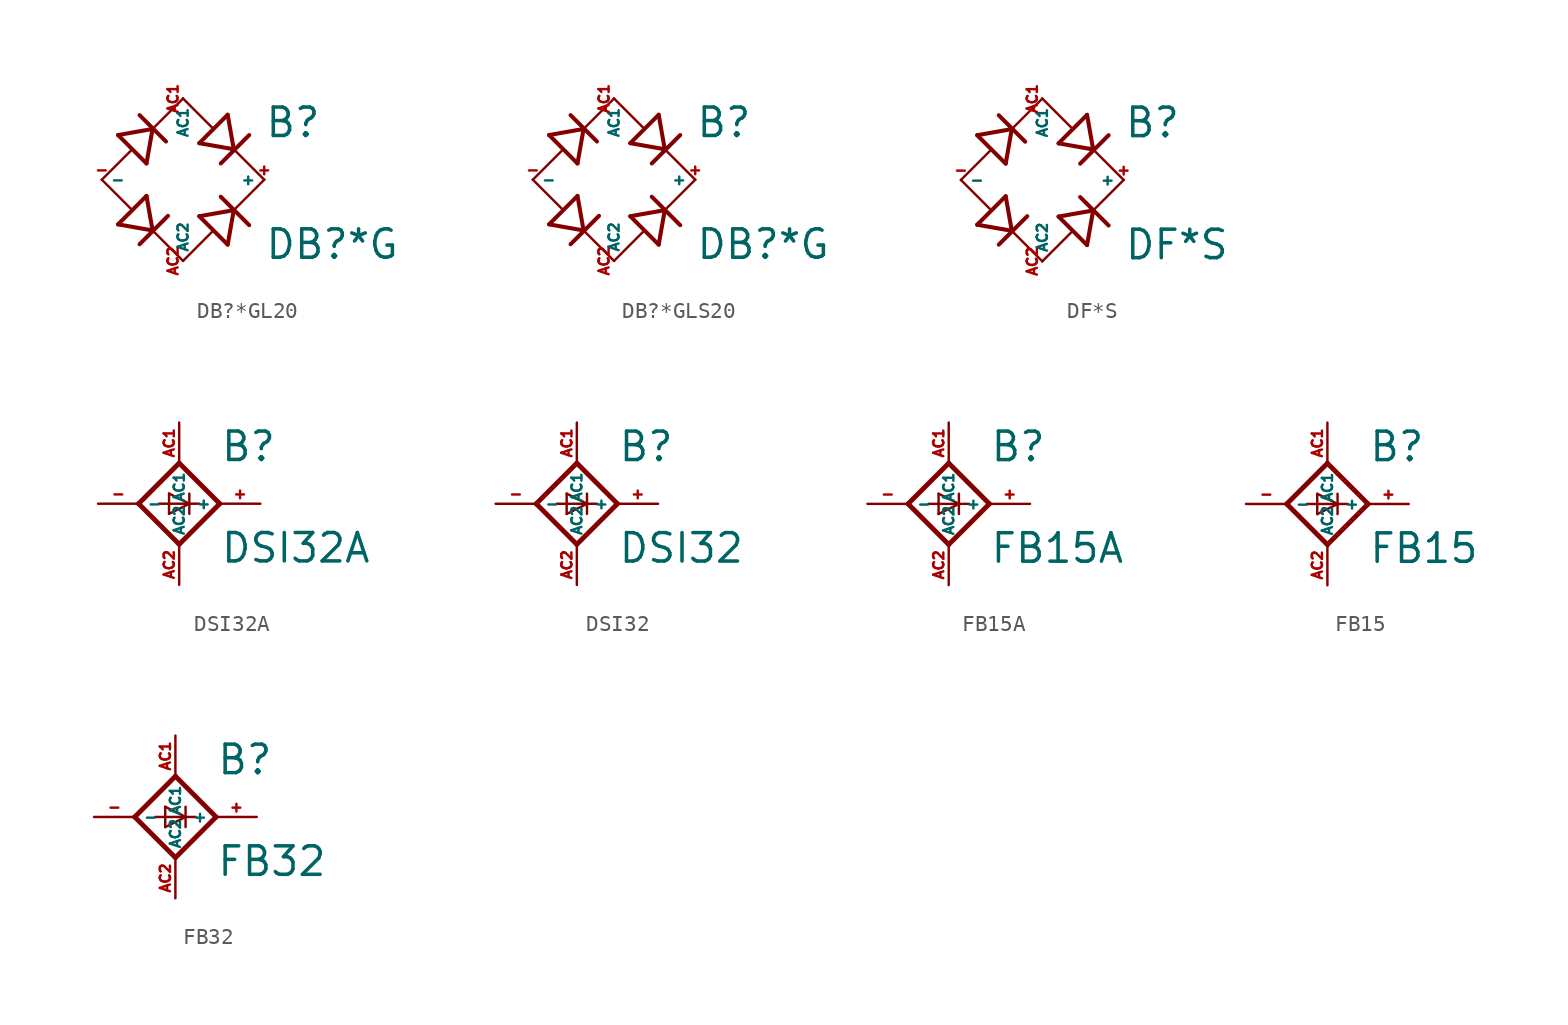
<source format=kicad_sym>
(kicad_symbol_lib
  (version 20220914)
  (generator Eagle2Kicad)
  (symbol "DB?*GL20"
    (property "Reference" "B"
      (at 5.08 2.54 0)
      (effects (font (size 1.778 1.778) (thickness 0.22)) (justify left bottom)))
    (property "Value" "DB?*G"
      (at 5.08 -5.08 0)
      (effects (font (size 1.778 1.778) (thickness 0.22)) (justify left bottom)))
    (polyline
      (pts (xy -1.905 -3.175) (xy -4.064 -2.794))
      (stroke (width 0.254) (type default))
      (fill (type none)))
    (polyline
      (pts (xy -1.905 -3.175) (xy -2.286 -1.016))
      (stroke (width 0.254) (type default))
      (fill (type none)))
    (polyline
      (pts (xy -2.718 -4.039) (xy -0.94 -2.261))
      (stroke (width 0.254) (type default))
      (fill (type none)))
    (polyline
      (pts (xy -1.905 3.175) (xy -4.064 2.794))
      (stroke (width 0.254) (type default))
      (fill (type none)))
    (polyline
      (pts (xy -1.905 3.175) (xy -2.286 1.016))
      (stroke (width 0.254) (type default))
      (fill (type none)))
    (polyline
      (pts (xy -2.718 4.039) (xy -1.067 2.388))
      (stroke (width 0.254) (type default))
      (fill (type none)))
    (polyline
      (pts (xy 3.175 1.905) (xy 2.794 4.064))
      (stroke (width 0.254) (type default))
      (fill (type none)))
    (polyline
      (pts (xy 3.175 1.905) (xy 1.016 2.286))
      (stroke (width 0.254) (type default))
      (fill (type none)))
    (polyline
      (pts (xy 2.362 1.016) (xy 4.14 2.794))
      (stroke (width 0.254) (type default))
      (fill (type none)))
    (polyline
      (pts (xy 3.175 -1.905) (xy 2.794 -4.064))
      (stroke (width 0.254) (type default))
      (fill (type none)))
    (polyline
      (pts (xy 3.175 -1.905) (xy 1.016 -2.286))
      (stroke (width 0.254) (type default))
      (fill (type none)))
    (polyline
      (pts (xy 2.362 -1.067) (xy 4.14 -2.845))
      (stroke (width 0.254) (type default))
      (fill (type none)))
    (polyline
      (pts (xy 5.08 0) (xy 3.175 -1.905))
      (stroke (width 0.152) (type default))
      (fill (type none)))
    (polyline
      (pts (xy 0 -5.08) (xy -1.905 -3.175))
      (stroke (width 0.152) (type default))
      (fill (type none)))
    (polyline
      (pts (xy -3.277 -1.803) (xy -5.08 0))
      (stroke (width 0.152) (type default))
      (fill (type none)))
    (polyline
      (pts (xy -4.064 -2.794) (xy -2.286 -1.016))
      (stroke (width 0.254) (type default))
      (fill (type none)))
    (polyline
      (pts (xy -5.08 0) (xy -3.277 1.803))
      (stroke (width 0.152) (type default))
      (fill (type none)))
    (polyline
      (pts (xy -4.064 2.794) (xy -2.286 1.016))
      (stroke (width 0.254) (type default))
      (fill (type none)))
    (polyline
      (pts (xy -1.905 3.175) (xy 0 5.08))
      (stroke (width 0.152) (type default))
      (fill (type none)))
    (polyline
      (pts (xy 0 5.08) (xy 1.803 3.277))
      (stroke (width 0.152) (type default))
      (fill (type none)))
    (polyline
      (pts (xy 1.016 2.286) (xy 2.794 4.064))
      (stroke (width 0.254) (type default))
      (fill (type none)))
    (polyline
      (pts (xy 3.175 1.905) (xy 5.08 0))
      (stroke (width 0.152) (type default))
      (fill (type none)))
    (polyline
      (pts (xy 0 -5.08) (xy 1.803 -3.277))
      (stroke (width 0.152) (type default))
      (fill (type none)))
    (polyline
      (pts (xy 1.016 -2.286) (xy 2.794 -4.064))
      (stroke (width 0.254) (type default))
      (fill (type none)))
    (pin passive line
      (at 0 5.08 270)
      (length 0)
      (name "AC1" (effects (font (size 0.635 0.635) (thickness 0.08)) (justify left bottom)))
      (number "AC1" (effects (font (size 0.635 0.635) (thickness 0.08)) (justify left bottom))))
    (pin passive line
      (at 5.08 0 180)
      (length 0)
      (name "+" (effects (font (size 0.635 0.635) (thickness 0.08)) (justify left bottom)))
      (number "+" (effects (font (size 0.635 0.635) (thickness 0.08)) (justify left bottom))))
    (pin passive line
      (at 0 -5.08 90)
      (length 0)
      (name "AC2" (effects (font (size 0.635 0.635) (thickness 0.08)) (justify left bottom)))
      (number "AC2" (effects (font (size 0.635 0.635) (thickness 0.08)) (justify left bottom))))
    (pin passive line
      (at -5.08 0 0)
      (length 0)
      (name "-" (effects (font (size 0.635 0.635) (thickness 0.08)) (justify left bottom)))
      (number "-" (effects (font (size 0.635 0.635) (thickness 0.08)) (justify left bottom)))))
  (symbol "DB?*GLS20"
    (property "Reference" "B"
      (at 5.08 2.54 0)
      (effects (font (size 1.778 1.778) (thickness 0.22)) (justify left bottom)))
    (property "Value" "DB?*G"
      (at 5.08 -5.08 0)
      (effects (font (size 1.778 1.778) (thickness 0.22)) (justify left bottom)))
    (polyline
      (pts (xy -1.905 -3.175) (xy -4.064 -2.794))
      (stroke (width 0.254) (type default))
      (fill (type none)))
    (polyline
      (pts (xy -1.905 -3.175) (xy -2.286 -1.016))
      (stroke (width 0.254) (type default))
      (fill (type none)))
    (polyline
      (pts (xy -2.718 -4.039) (xy -0.94 -2.261))
      (stroke (width 0.254) (type default))
      (fill (type none)))
    (polyline
      (pts (xy -1.905 3.175) (xy -4.064 2.794))
      (stroke (width 0.254) (type default))
      (fill (type none)))
    (polyline
      (pts (xy -1.905 3.175) (xy -2.286 1.016))
      (stroke (width 0.254) (type default))
      (fill (type none)))
    (polyline
      (pts (xy -2.718 4.039) (xy -1.067 2.388))
      (stroke (width 0.254) (type default))
      (fill (type none)))
    (polyline
      (pts (xy 3.175 1.905) (xy 2.794 4.064))
      (stroke (width 0.254) (type default))
      (fill (type none)))
    (polyline
      (pts (xy 3.175 1.905) (xy 1.016 2.286))
      (stroke (width 0.254) (type default))
      (fill (type none)))
    (polyline
      (pts (xy 2.362 1.016) (xy 4.14 2.794))
      (stroke (width 0.254) (type default))
      (fill (type none)))
    (polyline
      (pts (xy 3.175 -1.905) (xy 2.794 -4.064))
      (stroke (width 0.254) (type default))
      (fill (type none)))
    (polyline
      (pts (xy 3.175 -1.905) (xy 1.016 -2.286))
      (stroke (width 0.254) (type default))
      (fill (type none)))
    (polyline
      (pts (xy 2.362 -1.067) (xy 4.14 -2.845))
      (stroke (width 0.254) (type default))
      (fill (type none)))
    (polyline
      (pts (xy 5.08 0) (xy 3.175 -1.905))
      (stroke (width 0.152) (type default))
      (fill (type none)))
    (polyline
      (pts (xy 0 -5.08) (xy -1.905 -3.175))
      (stroke (width 0.152) (type default))
      (fill (type none)))
    (polyline
      (pts (xy -3.277 -1.803) (xy -5.08 0))
      (stroke (width 0.152) (type default))
      (fill (type none)))
    (polyline
      (pts (xy -4.064 -2.794) (xy -2.286 -1.016))
      (stroke (width 0.254) (type default))
      (fill (type none)))
    (polyline
      (pts (xy -5.08 0) (xy -3.277 1.803))
      (stroke (width 0.152) (type default))
      (fill (type none)))
    (polyline
      (pts (xy -4.064 2.794) (xy -2.286 1.016))
      (stroke (width 0.254) (type default))
      (fill (type none)))
    (polyline
      (pts (xy -1.905 3.175) (xy 0 5.08))
      (stroke (width 0.152) (type default))
      (fill (type none)))
    (polyline
      (pts (xy 0 5.08) (xy 1.803 3.277))
      (stroke (width 0.152) (type default))
      (fill (type none)))
    (polyline
      (pts (xy 1.016 2.286) (xy 2.794 4.064))
      (stroke (width 0.254) (type default))
      (fill (type none)))
    (polyline
      (pts (xy 3.175 1.905) (xy 5.08 0))
      (stroke (width 0.152) (type default))
      (fill (type none)))
    (polyline
      (pts (xy 0 -5.08) (xy 1.803 -3.277))
      (stroke (width 0.152) (type default))
      (fill (type none)))
    (polyline
      (pts (xy 1.016 -2.286) (xy 2.794 -4.064))
      (stroke (width 0.254) (type default))
      (fill (type none)))
    (pin passive line
      (at 0 5.08 270)
      (length 0)
      (name "AC1" (effects (font (size 0.635 0.635) (thickness 0.08)) (justify left bottom)))
      (number "AC1" (effects (font (size 0.635 0.635) (thickness 0.08)) (justify left bottom))))
    (pin passive line
      (at 5.08 0 180)
      (length 0)
      (name "+" (effects (font (size 0.635 0.635) (thickness 0.08)) (justify left bottom)))
      (number "+" (effects (font (size 0.635 0.635) (thickness 0.08)) (justify left bottom))))
    (pin passive line
      (at 0 -5.08 90)
      (length 0)
      (name "AC2" (effects (font (size 0.635 0.635) (thickness 0.08)) (justify left bottom)))
      (number "AC2" (effects (font (size 0.635 0.635) (thickness 0.08)) (justify left bottom))))
    (pin passive line
      (at -5.08 0 0)
      (length 0)
      (name "-" (effects (font (size 0.635 0.635) (thickness 0.08)) (justify left bottom)))
      (number "-" (effects (font (size 0.635 0.635) (thickness 0.08)) (justify left bottom)))))
  (symbol "DF*S"
    (property "Reference" "B"
      (at 5.08 2.54 0)
      (effects (font (size 1.778 1.778) (thickness 0.22)) (justify left bottom)))
    (property "Value" "DF*S"
      (at 5.08 -5.08 0)
      (effects (font (size 1.778 1.778) (thickness 0.22)) (justify left bottom)))
    (polyline
      (pts (xy -1.905 -3.175) (xy -4.064 -2.794))
      (stroke (width 0.254) (type default))
      (fill (type none)))
    (polyline
      (pts (xy -1.905 -3.175) (xy -2.286 -1.016))
      (stroke (width 0.254) (type default))
      (fill (type none)))
    (polyline
      (pts (xy -2.718 -4.039) (xy -0.94 -2.261))
      (stroke (width 0.254) (type default))
      (fill (type none)))
    (polyline
      (pts (xy -1.905 3.175) (xy -4.064 2.794))
      (stroke (width 0.254) (type default))
      (fill (type none)))
    (polyline
      (pts (xy -1.905 3.175) (xy -2.286 1.016))
      (stroke (width 0.254) (type default))
      (fill (type none)))
    (polyline
      (pts (xy -2.718 4.039) (xy -1.067 2.388))
      (stroke (width 0.254) (type default))
      (fill (type none)))
    (polyline
      (pts (xy 3.175 1.905) (xy 2.794 4.064))
      (stroke (width 0.254) (type default))
      (fill (type none)))
    (polyline
      (pts (xy 3.175 1.905) (xy 1.016 2.286))
      (stroke (width 0.254) (type default))
      (fill (type none)))
    (polyline
      (pts (xy 2.362 1.016) (xy 4.14 2.794))
      (stroke (width 0.254) (type default))
      (fill (type none)))
    (polyline
      (pts (xy 3.175 -1.905) (xy 2.794 -4.064))
      (stroke (width 0.254) (type default))
      (fill (type none)))
    (polyline
      (pts (xy 3.175 -1.905) (xy 1.016 -2.286))
      (stroke (width 0.254) (type default))
      (fill (type none)))
    (polyline
      (pts (xy 2.362 -1.067) (xy 4.14 -2.845))
      (stroke (width 0.254) (type default))
      (fill (type none)))
    (polyline
      (pts (xy 5.08 0) (xy 3.175 -1.905))
      (stroke (width 0.152) (type default))
      (fill (type none)))
    (polyline
      (pts (xy 0 -5.08) (xy -1.905 -3.175))
      (stroke (width 0.152) (type default))
      (fill (type none)))
    (polyline
      (pts (xy -3.277 -1.803) (xy -5.08 0))
      (stroke (width 0.152) (type default))
      (fill (type none)))
    (polyline
      (pts (xy -4.064 -2.794) (xy -2.286 -1.016))
      (stroke (width 0.254) (type default))
      (fill (type none)))
    (polyline
      (pts (xy -5.08 0) (xy -3.277 1.803))
      (stroke (width 0.152) (type default))
      (fill (type none)))
    (polyline
      (pts (xy -4.064 2.794) (xy -2.286 1.016))
      (stroke (width 0.254) (type default))
      (fill (type none)))
    (polyline
      (pts (xy -1.905 3.175) (xy 0 5.08))
      (stroke (width 0.152) (type default))
      (fill (type none)))
    (polyline
      (pts (xy 0 5.08) (xy 1.803 3.277))
      (stroke (width 0.152) (type default))
      (fill (type none)))
    (polyline
      (pts (xy 1.016 2.286) (xy 2.794 4.064))
      (stroke (width 0.254) (type default))
      (fill (type none)))
    (polyline
      (pts (xy 3.175 1.905) (xy 5.08 0))
      (stroke (width 0.152) (type default))
      (fill (type none)))
    (polyline
      (pts (xy 0 -5.08) (xy 1.803 -3.277))
      (stroke (width 0.152) (type default))
      (fill (type none)))
    (polyline
      (pts (xy 1.016 -2.286) (xy 2.794 -4.064))
      (stroke (width 0.254) (type default))
      (fill (type none)))
    (pin passive line
      (at 0 5.08 270)
      (length 0)
      (name "AC1" (effects (font (size 0.635 0.635) (thickness 0.08)) (justify left bottom)))
      (number "AC1" (effects (font (size 0.635 0.635) (thickness 0.08)) (justify left bottom))))
    (pin passive line
      (at 5.08 0 180)
      (length 0)
      (name "+" (effects (font (size 0.635 0.635) (thickness 0.08)) (justify left bottom)))
      (number "+" (effects (font (size 0.635 0.635) (thickness 0.08)) (justify left bottom))))
    (pin passive line
      (at 0 -5.08 90)
      (length 0)
      (name "AC2" (effects (font (size 0.635 0.635) (thickness 0.08)) (justify left bottom)))
      (number "AC2" (effects (font (size 0.635 0.635) (thickness 0.08)) (justify left bottom))))
    (pin passive line
      (at -5.08 0 0)
      (length 0)
      (name "-" (effects (font (size 0.635 0.635) (thickness 0.08)) (justify left bottom)))
      (number "-" (effects (font (size 0.635 0.635) (thickness 0.08)) (justify left bottom)))))
  (symbol "DSI32A"
    (property "Reference" "B"
      (at 2.54 2.54 0)
      (effects (font (size 1.778 1.778) (thickness 0.22)) (justify left bottom)))
    (property "Value" "DSI32A"
      (at 2.54 -3.81 0)
      (effects (font (size 1.778 1.778) (thickness 0.22)) (justify left bottom)))
    (polyline
      (pts (xy 0 -2.54) (xy 2.54 0))
      (stroke (width 0.305) (type default))
      (fill (type none)))
    (polyline
      (pts (xy 0 2.54) (xy -2.54 0))
      (stroke (width 0.305) (type default))
      (fill (type none)))
    (polyline
      (pts (xy -2.54 0) (xy 0 -2.54))
      (stroke (width 0.305) (type default))
      (fill (type none)))
    (polyline
      (pts (xy 2.54 0) (xy 0 2.54))
      (stroke (width 0.305) (type default))
      (fill (type none)))
    (polyline
      (pts (xy -1.27 0) (xy 0.635 0))
      (stroke (width 0.152) (type default))
      (fill (type none)))
    (polyline
      (pts (xy -0.635 0.635) (xy -0.635 -0.635))
      (stroke (width 0.152) (type default))
      (fill (type none)))
    (polyline
      (pts (xy -0.635 0.635) (xy 0.635 0))
      (stroke (width 0.152) (type default))
      (fill (type none)))
    (polyline
      (pts (xy 0.635 0) (xy 1.27 0))
      (stroke (width 0.152) (type default))
      (fill (type none)))
    (polyline
      (pts (xy 0.635 0) (xy -0.635 -0.635))
      (stroke (width 0.152) (type default))
      (fill (type none)))
    (polyline
      (pts (xy 0.635 0.635) (xy 0.635 -0.635))
      (stroke (width 0.152) (type default))
      (fill (type none)))
    (pin passive line
      (at 0 5.08 270)
      (length 2.54)
      (name "AC1" (effects (font (size 0.635 0.635) (thickness 0.08)) (justify left bottom)))
      (number "AC1" (effects (font (size 0.635 0.635) (thickness 0.08)) (justify left bottom))))
    (pin passive line
      (at 0 -5.08 90)
      (length 2.54)
      (name "AC2" (effects (font (size 0.635 0.635) (thickness 0.08)) (justify left bottom)))
      (number "AC2" (effects (font (size 0.635 0.635) (thickness 0.08)) (justify left bottom))))
    (pin passive line
      (at -5.08 0 0)
      (length 2.54)
      (name "-" (effects (font (size 0.635 0.635) (thickness 0.08)) (justify left bottom)))
      (number "-" (effects (font (size 0.635 0.635) (thickness 0.08)) (justify left bottom))))
    (pin passive line
      (at 5.08 0 180)
      (length 2.54)
      (name "+" (effects (font (size 0.635 0.635) (thickness 0.08)) (justify left bottom)))
      (number "+" (effects (font (size 0.635 0.635) (thickness 0.08)) (justify left bottom)))))
  (symbol "DSI32"
    (property "Reference" "B"
      (at 2.54 2.54 0)
      (effects (font (size 1.778 1.778) (thickness 0.22)) (justify left bottom)))
    (property "Value" "DSI32"
      (at 2.54 -3.81 0)
      (effects (font (size 1.778 1.778) (thickness 0.22)) (justify left bottom)))
    (polyline
      (pts (xy 0 -2.54) (xy 2.54 0))
      (stroke (width 0.305) (type default))
      (fill (type none)))
    (polyline
      (pts (xy 0 2.54) (xy -2.54 0))
      (stroke (width 0.305) (type default))
      (fill (type none)))
    (polyline
      (pts (xy -2.54 0) (xy 0 -2.54))
      (stroke (width 0.305) (type default))
      (fill (type none)))
    (polyline
      (pts (xy 2.54 0) (xy 0 2.54))
      (stroke (width 0.305) (type default))
      (fill (type none)))
    (polyline
      (pts (xy -1.27 0) (xy 0.635 0))
      (stroke (width 0.152) (type default))
      (fill (type none)))
    (polyline
      (pts (xy -0.635 0.635) (xy -0.635 -0.635))
      (stroke (width 0.152) (type default))
      (fill (type none)))
    (polyline
      (pts (xy -0.635 0.635) (xy 0.635 0))
      (stroke (width 0.152) (type default))
      (fill (type none)))
    (polyline
      (pts (xy 0.635 0) (xy 1.27 0))
      (stroke (width 0.152) (type default))
      (fill (type none)))
    (polyline
      (pts (xy 0.635 0) (xy -0.635 -0.635))
      (stroke (width 0.152) (type default))
      (fill (type none)))
    (polyline
      (pts (xy 0.635 0.635) (xy 0.635 -0.635))
      (stroke (width 0.152) (type default))
      (fill (type none)))
    (pin passive line
      (at 0 5.08 270)
      (length 2.54)
      (name "AC1" (effects (font (size 0.635 0.635) (thickness 0.08)) (justify left bottom)))
      (number "AC1" (effects (font (size 0.635 0.635) (thickness 0.08)) (justify left bottom))))
    (pin passive line
      (at 0 -5.08 90)
      (length 2.54)
      (name "AC2" (effects (font (size 0.635 0.635) (thickness 0.08)) (justify left bottom)))
      (number "AC2" (effects (font (size 0.635 0.635) (thickness 0.08)) (justify left bottom))))
    (pin passive line
      (at -5.08 0 0)
      (length 2.54)
      (name "-" (effects (font (size 0.635 0.635) (thickness 0.08)) (justify left bottom)))
      (number "-" (effects (font (size 0.635 0.635) (thickness 0.08)) (justify left bottom))))
    (pin passive line
      (at 5.08 0 180)
      (length 2.54)
      (name "+" (effects (font (size 0.635 0.635) (thickness 0.08)) (justify left bottom)))
      (number "+" (effects (font (size 0.635 0.635) (thickness 0.08)) (justify left bottom)))))
  (symbol "FB15A"
    (property "Reference" "B"
      (at 2.54 2.54 0)
      (effects (font (size 1.778 1.778) (thickness 0.22)) (justify left bottom)))
    (property "Value" "FB15A"
      (at 2.54 -3.81 0)
      (effects (font (size 1.778 1.778) (thickness 0.22)) (justify left bottom)))
    (polyline
      (pts (xy 0 -2.54) (xy 2.54 0))
      (stroke (width 0.305) (type default))
      (fill (type none)))
    (polyline
      (pts (xy 0 2.54) (xy -2.54 0))
      (stroke (width 0.305) (type default))
      (fill (type none)))
    (polyline
      (pts (xy -2.54 0) (xy 0 -2.54))
      (stroke (width 0.305) (type default))
      (fill (type none)))
    (polyline
      (pts (xy 2.54 0) (xy 0 2.54))
      (stroke (width 0.305) (type default))
      (fill (type none)))
    (polyline
      (pts (xy -1.27 0) (xy 0.635 0))
      (stroke (width 0.152) (type default))
      (fill (type none)))
    (polyline
      (pts (xy -0.635 0.635) (xy -0.635 -0.635))
      (stroke (width 0.152) (type default))
      (fill (type none)))
    (polyline
      (pts (xy -0.635 0.635) (xy 0.635 0))
      (stroke (width 0.152) (type default))
      (fill (type none)))
    (polyline
      (pts (xy 0.635 0) (xy 1.27 0))
      (stroke (width 0.152) (type default))
      (fill (type none)))
    (polyline
      (pts (xy 0.635 0) (xy -0.635 -0.635))
      (stroke (width 0.152) (type default))
      (fill (type none)))
    (polyline
      (pts (xy 0.635 0.635) (xy 0.635 -0.635))
      (stroke (width 0.152) (type default))
      (fill (type none)))
    (pin passive line
      (at 0 5.08 270)
      (length 2.54)
      (name "AC1" (effects (font (size 0.635 0.635) (thickness 0.08)) (justify left bottom)))
      (number "AC1" (effects (font (size 0.635 0.635) (thickness 0.08)) (justify left bottom))))
    (pin passive line
      (at 0 -5.08 90)
      (length 2.54)
      (name "AC2" (effects (font (size 0.635 0.635) (thickness 0.08)) (justify left bottom)))
      (number "AC2" (effects (font (size 0.635 0.635) (thickness 0.08)) (justify left bottom))))
    (pin passive line
      (at -5.08 0 0)
      (length 2.54)
      (name "-" (effects (font (size 0.635 0.635) (thickness 0.08)) (justify left bottom)))
      (number "-" (effects (font (size 0.635 0.635) (thickness 0.08)) (justify left bottom))))
    (pin passive line
      (at 5.08 0 180)
      (length 2.54)
      (name "+" (effects (font (size 0.635 0.635) (thickness 0.08)) (justify left bottom)))
      (number "+" (effects (font (size 0.635 0.635) (thickness 0.08)) (justify left bottom)))))
  (symbol "FB15"
    (property "Reference" "B"
      (at 2.54 2.54 0)
      (effects (font (size 1.778 1.778) (thickness 0.22)) (justify left bottom)))
    (property "Value" "FB15"
      (at 2.54 -3.81 0)
      (effects (font (size 1.778 1.778) (thickness 0.22)) (justify left bottom)))
    (polyline
      (pts (xy 0 -2.54) (xy 2.54 0))
      (stroke (width 0.305) (type default))
      (fill (type none)))
    (polyline
      (pts (xy 0 2.54) (xy -2.54 0))
      (stroke (width 0.305) (type default))
      (fill (type none)))
    (polyline
      (pts (xy -2.54 0) (xy 0 -2.54))
      (stroke (width 0.305) (type default))
      (fill (type none)))
    (polyline
      (pts (xy 2.54 0) (xy 0 2.54))
      (stroke (width 0.305) (type default))
      (fill (type none)))
    (polyline
      (pts (xy -1.27 0) (xy 0.635 0))
      (stroke (width 0.152) (type default))
      (fill (type none)))
    (polyline
      (pts (xy -0.635 0.635) (xy -0.635 -0.635))
      (stroke (width 0.152) (type default))
      (fill (type none)))
    (polyline
      (pts (xy -0.635 0.635) (xy 0.635 0))
      (stroke (width 0.152) (type default))
      (fill (type none)))
    (polyline
      (pts (xy 0.635 0) (xy 1.27 0))
      (stroke (width 0.152) (type default))
      (fill (type none)))
    (polyline
      (pts (xy 0.635 0) (xy -0.635 -0.635))
      (stroke (width 0.152) (type default))
      (fill (type none)))
    (polyline
      (pts (xy 0.635 0.635) (xy 0.635 -0.635))
      (stroke (width 0.152) (type default))
      (fill (type none)))
    (pin passive line
      (at 0 5.08 270)
      (length 2.54)
      (name "AC1" (effects (font (size 0.635 0.635) (thickness 0.08)) (justify left bottom)))
      (number "AC1" (effects (font (size 0.635 0.635) (thickness 0.08)) (justify left bottom))))
    (pin passive line
      (at 0 -5.08 90)
      (length 2.54)
      (name "AC2" (effects (font (size 0.635 0.635) (thickness 0.08)) (justify left bottom)))
      (number "AC2" (effects (font (size 0.635 0.635) (thickness 0.08)) (justify left bottom))))
    (pin passive line
      (at -5.08 0 0)
      (length 2.54)
      (name "-" (effects (font (size 0.635 0.635) (thickness 0.08)) (justify left bottom)))
      (number "-" (effects (font (size 0.635 0.635) (thickness 0.08)) (justify left bottom))))
    (pin passive line
      (at 5.08 0 180)
      (length 2.54)
      (name "+" (effects (font (size 0.635 0.635) (thickness 0.08)) (justify left bottom)))
      (number "+" (effects (font (size 0.635 0.635) (thickness 0.08)) (justify left bottom)))))
  (symbol "FB32"
    (property "Reference" "B"
      (at 2.54 2.54 0)
      (effects (font (size 1.778 1.778) (thickness 0.22)) (justify left bottom)))
    (property "Value" "FB32"
      (at 2.54 -3.81 0)
      (effects (font (size 1.778 1.778) (thickness 0.22)) (justify left bottom)))
    (polyline
      (pts (xy 0 -2.54) (xy 2.54 0))
      (stroke (width 0.305) (type default))
      (fill (type none)))
    (polyline
      (pts (xy 0 2.54) (xy -2.54 0))
      (stroke (width 0.305) (type default))
      (fill (type none)))
    (polyline
      (pts (xy -2.54 0) (xy 0 -2.54))
      (stroke (width 0.305) (type default))
      (fill (type none)))
    (polyline
      (pts (xy 2.54 0) (xy 0 2.54))
      (stroke (width 0.305) (type default))
      (fill (type none)))
    (polyline
      (pts (xy -1.27 0) (xy 0.635 0))
      (stroke (width 0.152) (type default))
      (fill (type none)))
    (polyline
      (pts (xy -0.635 0.635) (xy -0.635 -0.635))
      (stroke (width 0.152) (type default))
      (fill (type none)))
    (polyline
      (pts (xy -0.635 0.635) (xy 0.635 0))
      (stroke (width 0.152) (type default))
      (fill (type none)))
    (polyline
      (pts (xy 0.635 0) (xy 1.27 0))
      (stroke (width 0.152) (type default))
      (fill (type none)))
    (polyline
      (pts (xy 0.635 0) (xy -0.635 -0.635))
      (stroke (width 0.152) (type default))
      (fill (type none)))
    (polyline
      (pts (xy 0.635 0.635) (xy 0.635 -0.635))
      (stroke (width 0.152) (type default))
      (fill (type none)))
    (pin passive line
      (at 0 5.08 270)
      (length 2.54)
      (name "AC1" (effects (font (size 0.635 0.635) (thickness 0.08)) (justify left bottom)))
      (number "AC1" (effects (font (size 0.635 0.635) (thickness 0.08)) (justify left bottom))))
    (pin passive line
      (at 0 -5.08 90)
      (length 2.54)
      (name "AC2" (effects (font (size 0.635 0.635) (thickness 0.08)) (justify left bottom)))
      (number "AC2" (effects (font (size 0.635 0.635) (thickness 0.08)) (justify left bottom))))
    (pin passive line
      (at -5.08 0 0)
      (length 2.54)
      (name "-" (effects (font (size 0.635 0.635) (thickness 0.08)) (justify left bottom)))
      (number "-" (effects (font (size 0.635 0.635) (thickness 0.08)) (justify left bottom))))
    (pin passive line
      (at 5.08 0 180)
      (length 2.54)
      (name "+" (effects (font (size 0.635 0.635) (thickness 0.08)) (justify left bottom)))
      (number "+" (effects (font (size 0.635 0.635) (thickness 0.08)) (justify left bottom))))))
</source>
